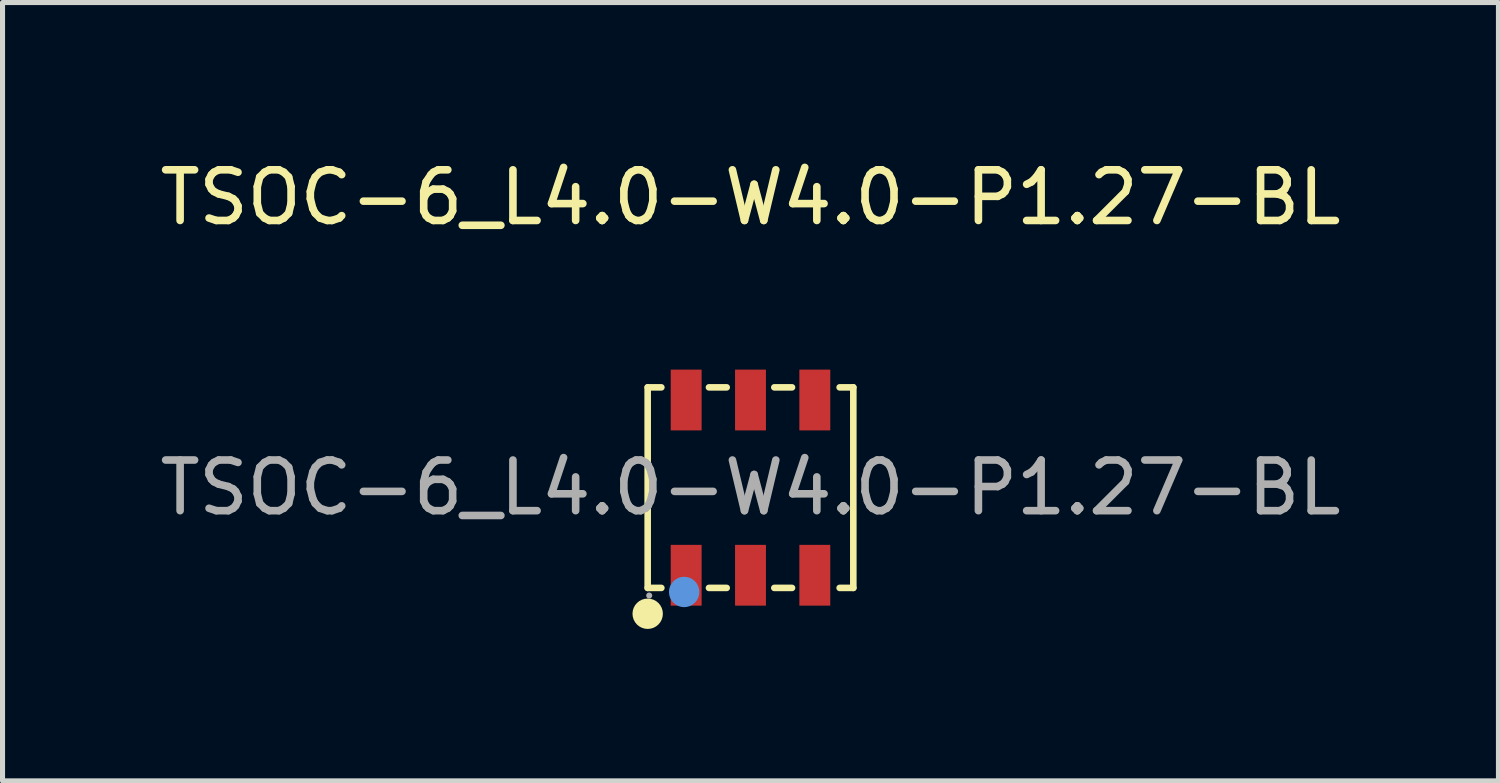
<source format=kicad_pcb>
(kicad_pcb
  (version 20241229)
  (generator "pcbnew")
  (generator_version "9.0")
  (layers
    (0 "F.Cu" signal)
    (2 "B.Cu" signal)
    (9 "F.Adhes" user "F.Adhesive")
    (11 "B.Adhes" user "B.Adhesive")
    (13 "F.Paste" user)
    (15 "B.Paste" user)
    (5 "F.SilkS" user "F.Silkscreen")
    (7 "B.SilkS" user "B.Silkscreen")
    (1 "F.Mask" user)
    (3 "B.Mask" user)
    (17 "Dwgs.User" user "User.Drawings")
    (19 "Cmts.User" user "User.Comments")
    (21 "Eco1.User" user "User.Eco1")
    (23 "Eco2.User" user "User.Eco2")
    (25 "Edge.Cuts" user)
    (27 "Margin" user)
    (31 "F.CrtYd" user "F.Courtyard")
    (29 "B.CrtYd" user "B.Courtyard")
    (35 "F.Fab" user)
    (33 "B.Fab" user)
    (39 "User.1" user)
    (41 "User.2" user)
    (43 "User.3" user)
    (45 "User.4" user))
  (footprint "TSOC-6_L4.0-W4.0-P1.27-BL"
    (layer "F.Cu")
    (at 11.768 6.578)
    (property "Reference" "TSOC-6_L4.0-W4.0-P1.27-BL" (at 0 -5.73 0) (layer "F.SilkS") (effects (font (size 1 1) (thickness 0.15))))
    (attr through_hole)
    (fp_line (start -2.03 -1.98) (end -2.03 1.98) (stroke (width 0.13) (type solid)) (layer "F.SilkS"))
    (fp_line (start -1.76 -1.98) (end -2.03 -1.98) (stroke (width 0.13) (type solid)) (layer "F.SilkS"))
    (fp_line (start -1.76 1.98) (end -2.03 1.98) (stroke (width 0.13) (type solid)) (layer "F.SilkS"))
    (fp_line (start -0.47 -1.98) (end -0.82 -1.98) (stroke (width 0.13) (type solid)) (layer "F.SilkS"))
    (fp_line (start -0.47 1.98) (end -0.82 1.98) (stroke (width 0.13) (type solid)) (layer "F.SilkS"))
    (fp_line (start 0.82 -1.98) (end 0.47 -1.98) (stroke (width 0.13) (type solid)) (layer "F.SilkS"))
    (fp_line (start 0.82 1.98) (end 0.47 1.98) (stroke (width 0.13) (type solid)) (layer "F.SilkS"))
    (fp_line (start 2.03 -1.98) (end 1.76 -1.98) (stroke (width 0.13) (type solid)) (layer "F.SilkS"))
    (fp_line (start 2.03 1.98) (end 1.76 1.98) (stroke (width 0.13) (type solid)) (layer "F.SilkS"))
    (fp_line (start 2.03 1.98) (end 2.03 -1.98) (stroke (width 0.13) (type solid)) (layer "F.SilkS"))
    (fp_circle (center -2.03 2.49) (end -1.88 2.49) (stroke (width 0.3) (type solid)) (fill no) (layer "F.SilkS"))
    (fp_circle (center -1.31 2.06) (end -1.16 2.06) (stroke (width 0.3) (type solid)) (fill no) (layer "Cmts.User"))
    (fp_circle (center -2 2.13) (end -1.97 2.13) (stroke (width 0.06) (type solid)) (fill no) (layer "F.Fab"))
    (fp_text user "${REFERENCE}" (at 0 0 0) (layer "F.Fab") (effects (font (size 1 1) (thickness 0.15))))
    (pad "1" smd rect (at -1.27 1.73) (size 0.61 1.2) (layers "F.Cu" "F.Mask" "F.Paste"))
    (pad "2" smd rect (at 0 1.73) (size 0.61 1.2) (layers "F.Cu" "F.Mask" "F.Paste"))
    (pad "3" smd rect (at 1.27 1.73) (size 0.61 1.2) (layers "F.Cu" "F.Mask" "F.Paste"))
    (pad "4" smd rect (at 1.27 -1.73) (size 0.61 1.2) (layers "F.Cu" "F.Mask" "F.Paste"))
    (pad "5" smd rect (at 0 -1.73) (size 0.61 1.2) (layers "F.Cu" "F.Mask" "F.Paste"))
    (pad "6" smd rect (at -1.27 -1.73) (size 0.61 1.2) (layers "F.Cu" "F.Mask" "F.Paste")))
  (gr_rect
    (start -3 -3)
    (end 26.536 12.368)
    (stroke (width 0.1) (type default))
    (fill no)
    (layer "Edge.Cuts")))
</source>
